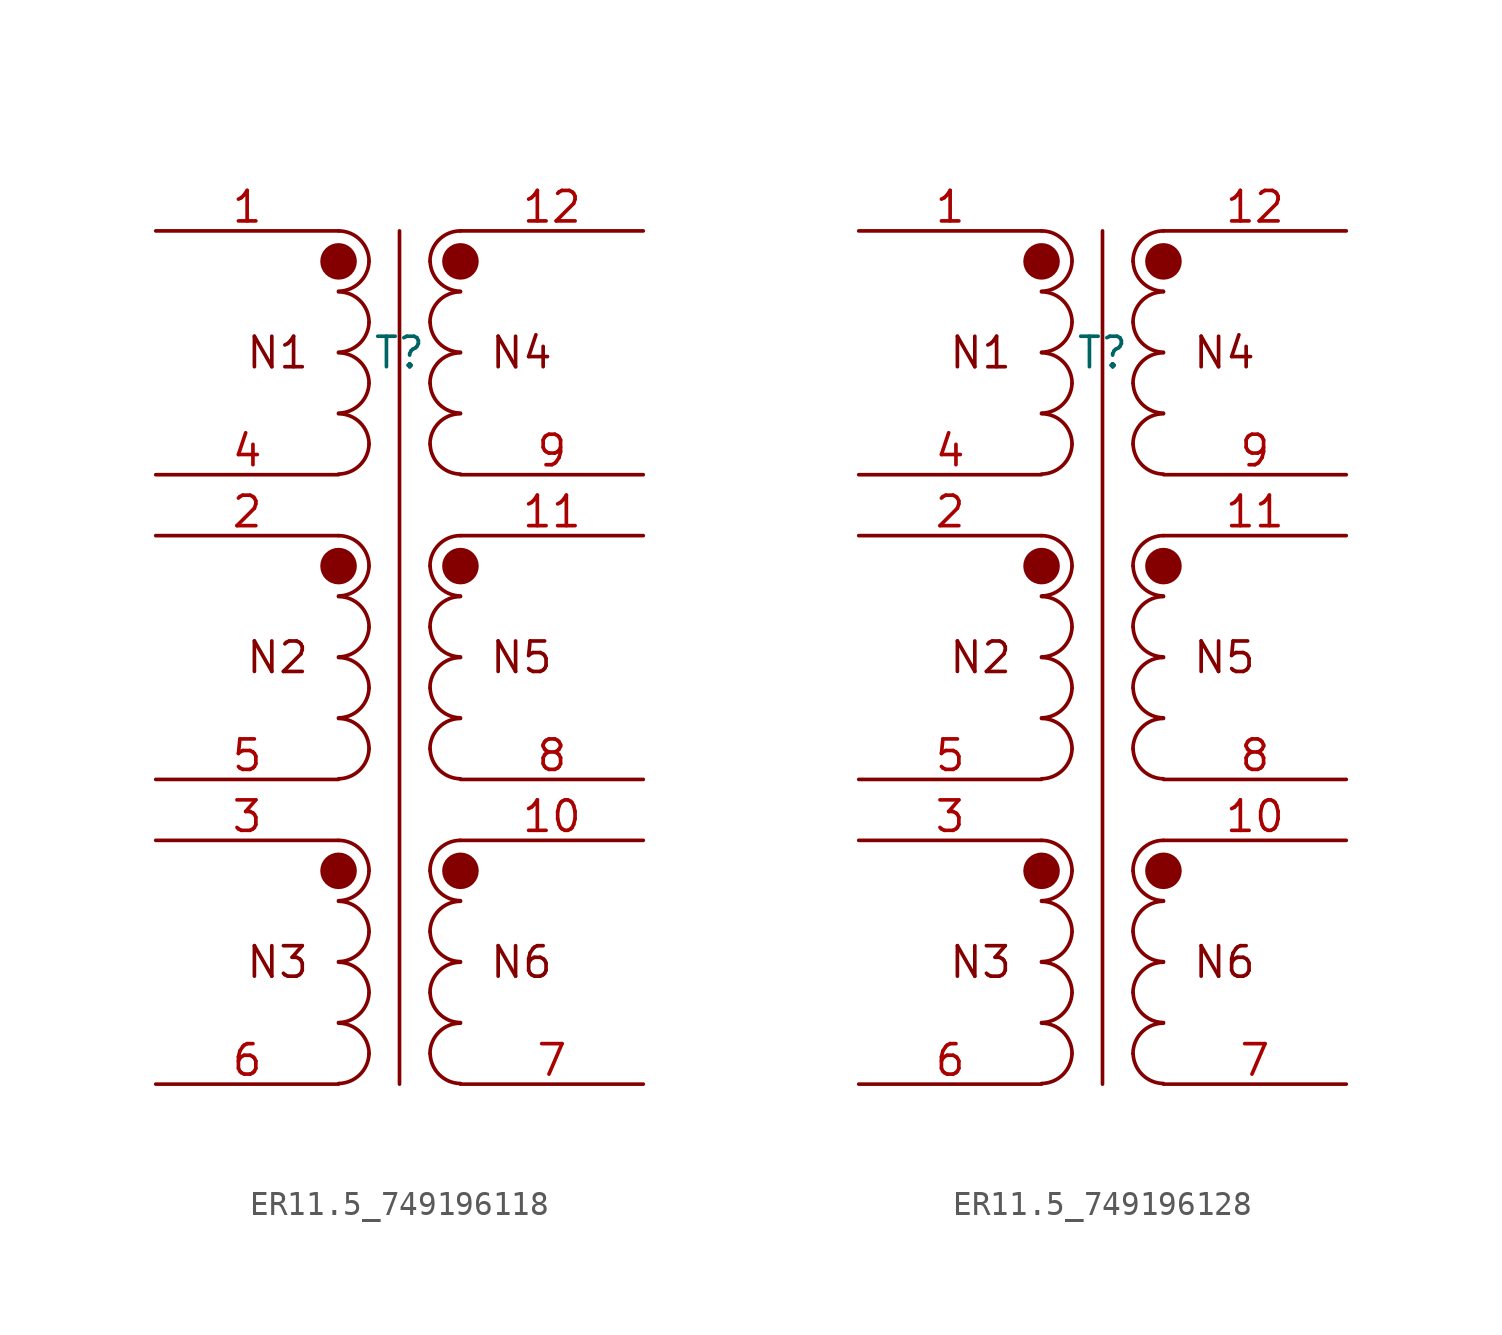
<source format=kicad_sym>
(kicad_symbol_lib
  (version 20220914)
  (generator kicad_symbol_editor)
  (symbol "ER11.5_749196118"
    (pin_names hide)
    (property "Reference" "T"
      (at 0 12.7 0)
      (effects (font (size 1.27 1.27))))
    (property "Critical Parameter" ""
      (at 0 -5.08 0)
      (effects (font (size 1.27 1.27)) (justify left)))
    (symbol "ER11.5_749196118_0_1"
      (arc (start -2.54 -17.7546) (mid -1.6561 -17.3863) (end -1.27 -16.51) (stroke (width 0) (type default)) (fill (type none)))
      (arc (start -2.54 -15.2146) (mid -1.6561 -14.8463) (end -1.27 -13.97) (stroke (width 0) (type default)) (fill (type none)))
      (arc (start -2.54 -12.6746) (mid -1.6561 -12.3063) (end -1.27 -11.43) (stroke (width 0) (type default)) (fill (type none)))
      (arc (start -2.54 -10.1346) (mid -1.6561 -9.7663) (end -1.27 -8.89) (stroke (width 0) (type default)) (fill (type none)))
      (arc (start -2.54 -5.0546) (mid -1.6561 -4.6863) (end -1.27 -3.81) (stroke (width 0) (type default)) (fill (type none)))
      (arc (start -2.54 -2.5146) (mid -1.6561 -2.1463) (end -1.27 -1.27) (stroke (width 0) (type default)) (fill (type none)))
      (arc (start -2.54 0.0254) (mid -1.6561 0.3937) (end -1.27 1.27) (stroke (width 0) (type default)) (fill (type none)))
      (arc (start -2.54 2.5654) (mid -1.6561 2.9337) (end -1.27 3.81) (stroke (width 0) (type default)) (fill (type none)))
      (arc (start -2.54 7.6454) (mid -1.6561 8.0137) (end -1.27 8.89) (stroke (width 0) (type default)) (fill (type none)))
      (arc (start -2.54 10.1854) (mid -1.6561 10.5537) (end -1.27 11.43) (stroke (width 0) (type default)) (fill (type none)))
      (arc (start -2.54 12.7254) (mid -1.6561 13.0937) (end -1.27 13.97) (stroke (width 0) (type default)) (fill (type none)))
      (arc (start -2.54 15.2654) (mid -1.6561 15.6337) (end -1.27 16.51) (stroke (width 0) (type default)) (fill (type none)))
      (arc (start -1.27 -16.51) (mid -1.642 -15.612) (end -2.54 -15.24) (stroke (width 0) (type default)) (fill (type none)))
      (arc (start -1.27 -13.97) (mid -1.642 -13.072) (end -2.54 -12.7) (stroke (width 0) (type default)) (fill (type none)))
      (arc (start -1.27 -11.43) (mid -1.642 -10.532) (end -2.54 -10.16) (stroke (width 0) (type default)) (fill (type none)))
      (arc (start -1.27 -8.89) (mid -1.642 -7.992) (end -2.54 -7.62) (stroke (width 0) (type default)) (fill (type none)))
      (arc (start -1.27 -3.81) (mid -1.642 -2.912) (end -2.54 -2.54) (stroke (width 0) (type default)) (fill (type none)))
      (arc (start -1.27 -1.27) (mid -1.642 -0.372) (end -2.54 0) (stroke (width 0) (type default)) (fill (type none)))
      (arc (start -1.27 1.27) (mid -1.642 2.168) (end -2.54 2.54) (stroke (width 0) (type default)) (fill (type none)))
      (arc (start -1.27 3.81) (mid -1.642 4.708) (end -2.54 5.08) (stroke (width 0) (type default)) (fill (type none)))
      (arc (start -1.27 8.89) (mid -1.642 9.788) (end -2.54 10.16) (stroke (width 0) (type default)) (fill (type none)))
      (arc (start -1.27 11.43) (mid -1.642 12.328) (end -2.54 12.7) (stroke (width 0) (type default)) (fill (type none)))
      (arc (start -1.27 13.97) (mid -1.642 14.868) (end -2.54 15.24) (stroke (width 0) (type default)) (fill (type none)))
      (arc (start -1.27 16.51) (mid -1.642 17.408) (end -2.54 17.78) (stroke (width 0) (type default)) (fill (type none)))
      (polyline (pts (xy 0 -17.78) (xy 0 17.78)) (stroke (width 0) (type default)) (fill (type none)))
      (arc (start 1.27 -16.51) (mid 1.6561 -17.3863) (end 2.54 -17.7546) (stroke (width 0) (type default)) (fill (type none)))
      (arc (start 1.27 -13.97) (mid 1.6561 -14.8463) (end 2.54 -15.2146) (stroke (width 0) (type default)) (fill (type none)))
      (arc (start 1.27 -11.43) (mid 1.6561 -12.3063) (end 2.54 -12.6746) (stroke (width 0) (type default)) (fill (type none)))
      (arc (start 1.27 -8.89) (mid 1.6561 -9.7663) (end 2.54 -10.1346) (stroke (width 0) (type default)) (fill (type none)))
      (arc (start 1.27 -3.81) (mid 1.6561 -4.6863) (end 2.54 -5.0546) (stroke (width 0) (type default)) (fill (type none)))
      (arc (start 1.27 -1.27) (mid 1.6561 -2.1463) (end 2.54 -2.5146) (stroke (width 0) (type default)) (fill (type none)))
      (arc (start 1.27 1.27) (mid 1.6561 0.3937) (end 2.54 0.0254) (stroke (width 0) (type default)) (fill (type none)))
      (arc (start 1.27 3.81) (mid 1.6561 2.9337) (end 2.54 2.5654) (stroke (width 0) (type default)) (fill (type none)))
      (arc (start 1.27 8.89) (mid 1.6561 8.0137) (end 2.54 7.6454) (stroke (width 0) (type default)) (fill (type none)))
      (arc (start 1.27 11.43) (mid 1.6561 10.5537) (end 2.54 10.1854) (stroke (width 0) (type default)) (fill (type none)))
      (arc (start 1.27 13.97) (mid 1.6561 13.0937) (end 2.54 12.7254) (stroke (width 0) (type default)) (fill (type none)))
      (arc (start 1.27 16.51) (mid 1.6561 15.6337) (end 2.54 15.2654) (stroke (width 0) (type default)) (fill (type none)))
      (arc (start 2.54 -15.24) (mid 1.642 -15.612) (end 1.27 -16.51) (stroke (width 0) (type default)) (fill (type none)))
      (arc (start 2.54 -12.7) (mid 1.642 -13.072) (end 1.27 -13.97) (stroke (width 0) (type default)) (fill (type none)))
      (arc (start 2.54 -10.16) (mid 1.642 -10.532) (end 1.27 -11.43) (stroke (width 0) (type default)) (fill (type none)))
      (arc (start 2.54 -7.62) (mid 1.642 -7.992) (end 1.27 -8.89) (stroke (width 0) (type default)) (fill (type none)))
      (arc (start 2.54 -2.54) (mid 1.642 -2.912) (end 1.27 -3.81) (stroke (width 0) (type default)) (fill (type none)))
      (arc (start 2.54 0) (mid 1.642 -0.372) (end 1.27 -1.27) (stroke (width 0) (type default)) (fill (type none)))
      (arc (start 2.54 2.54) (mid 1.642 2.168) (end 1.27 1.27) (stroke (width 0) (type default)) (fill (type none)))
      (arc (start 2.54 5.08) (mid 1.642 4.708) (end 1.27 3.81) (stroke (width 0) (type default)) (fill (type none)))
      (arc (start 2.54 10.16) (mid 1.642 9.788) (end 1.27 8.89) (stroke (width 0) (type default)) (fill (type none)))
      (arc (start 2.54 12.7) (mid 1.642 12.328) (end 1.27 11.43) (stroke (width 0) (type default)) (fill (type none)))
      (arc (start 2.54 15.24) (mid 1.642 14.868) (end 1.27 13.97) (stroke (width 0) (type default)) (fill (type none)))
      (arc (start 2.54 17.78) (mid 1.642 17.408) (end 1.27 16.51) (stroke (width 0) (type default)) (fill (type none))))
    (symbol "ER11.5_749196118_1_1"
      (circle (center -2.54 -8.89) (radius 0.0001) (stroke (width 0.762) (type default)) (fill (type none)))
      (circle (center -2.54 3.81) (radius 0.0001) (stroke (width 0.762) (type default)) (fill (type none)))
      (circle (center -2.54 16.51) (radius 0.0001) (stroke (width 0.762) (type default)) (fill (type none)))
      (circle (center 2.54 -8.89) (radius 0.0001) (stroke (width 0.762) (type default)) (fill (type none)))
      (circle (center 2.54 3.81) (radius 0.0001) (stroke (width 0.762) (type default)) (fill (type none)))
      (circle (center 2.54 16.51) (radius 0.0001) (stroke (width 0.762) (type default)) (fill (type none)))
      (text "N1" (at -5.08 12.7 0) (effects (font (size 1.27 1.27))))
      (text "N2" (at -5.08 0 0) (effects (font (size 1.27 1.27))))
      (text "N3" (at -5.08 -12.7 0) (effects (font (size 1.27 1.27))))
      (text "N4" (at 5.08 12.7 0) (effects (font (size 1.27 1.27))))
      (text "N5" (at 5.08 0 0) (effects (font (size 1.27 1.27))))
      (text "N6" (at 5.08 -12.7 0) (effects (font (size 1.27 1.27))))
      (pin passive line (at -10.16 17.78 0) (length 7.62) (name "1" (effects (font (size 1.27 1.27)))) (number "1" (effects (font (size 1.27 1.27)))))
      (pin passive line (at -10.16 7.62 0) (length 7.62) (name "4" (effects (font (size 1.27 1.27)))) (number "4" (effects (font (size 1.27 1.27)))))
      (pin passive line (at -10.16 5.08 0) (length 7.62) (name "2" (effects (font (size 1.27 1.27)))) (number "2" (effects (font (size 1.27 1.27)))))
      (pin passive line (at -10.16 -5.08 0) (length 7.62) (name "5" (effects (font (size 1.27 1.27)))) (number "5" (effects (font (size 1.27 1.27)))))
      (pin passive line (at -10.16 -7.62 0) (length 7.62) (name "3" (effects (font (size 1.27 1.27)))) (number "3" (effects (font (size 1.27 1.27)))))
      (pin passive line (at -10.16 -17.78 0) (length 7.62) (name "6" (effects (font (size 1.27 1.27)))) (number "6" (effects (font (size 1.27 1.27)))))
      (pin passive line (at 10.16 -17.78 180) (length 7.62) (name "7" (effects (font (size 1.27 1.27)))) (number "7" (effects (font (size 1.27 1.27)))))
      (pin passive line (at 10.16 -7.62 180) (length 7.62) (name "10" (effects (font (size 1.27 1.27)))) (number "10" (effects (font (size 1.27 1.27)))))
      (pin passive line (at 10.16 -5.08 180) (length 7.62) (name "8" (effects (font (size 1.27 1.27)))) (number "8" (effects (font (size 1.27 1.27)))))
      (pin passive line (at 10.16 5.08 180) (length 7.62) (name "11" (effects (font (size 1.27 1.27)))) (number "11" (effects (font (size 1.27 1.27)))))
      (pin passive line (at 10.16 7.62 180) (length 7.62) (name "9" (effects (font (size 1.27 1.27)))) (number "9" (effects (font (size 1.27 1.27)))))
      (pin passive line (at 10.16 17.78 180) (length 7.62) (name "12" (effects (font (size 1.27 1.27)))) (number "12" (effects (font (size 1.27 1.27)))))))
  (symbol "ER11.5_749196128"
    (pin_names hide)
    (property "Reference" "T"
      (at 0 12.7 0)
      (effects (font (size 1.27 1.27))))
    (property "Critical Parameter" ""
      (at 0 -5.08 0)
      (effects (font (size 1.27 1.27)) (justify left)))
    (symbol "ER11.5_749196128_0_1"
      (arc (start -2.54 -17.7546) (mid -1.6561 -17.3863) (end -1.27 -16.51) (stroke (width 0) (type default)) (fill (type none)))
      (arc (start -2.54 -15.2146) (mid -1.6561 -14.8463) (end -1.27 -13.97) (stroke (width 0) (type default)) (fill (type none)))
      (arc (start -2.54 -12.6746) (mid -1.6561 -12.3063) (end -1.27 -11.43) (stroke (width 0) (type default)) (fill (type none)))
      (arc (start -2.54 -10.1346) (mid -1.6561 -9.7663) (end -1.27 -8.89) (stroke (width 0) (type default)) (fill (type none)))
      (arc (start -2.54 -5.0546) (mid -1.6561 -4.6863) (end -1.27 -3.81) (stroke (width 0) (type default)) (fill (type none)))
      (arc (start -2.54 -2.5146) (mid -1.6561 -2.1463) (end -1.27 -1.27) (stroke (width 0) (type default)) (fill (type none)))
      (arc (start -2.54 0.0254) (mid -1.6561 0.3937) (end -1.27 1.27) (stroke (width 0) (type default)) (fill (type none)))
      (arc (start -2.54 2.5654) (mid -1.6561 2.9337) (end -1.27 3.81) (stroke (width 0) (type default)) (fill (type none)))
      (arc (start -2.54 7.6454) (mid -1.6561 8.0137) (end -1.27 8.89) (stroke (width 0) (type default)) (fill (type none)))
      (arc (start -2.54 10.1854) (mid -1.6561 10.5537) (end -1.27 11.43) (stroke (width 0) (type default)) (fill (type none)))
      (arc (start -2.54 12.7254) (mid -1.6561 13.0937) (end -1.27 13.97) (stroke (width 0) (type default)) (fill (type none)))
      (arc (start -2.54 15.2654) (mid -1.6561 15.6337) (end -1.27 16.51) (stroke (width 0) (type default)) (fill (type none)))
      (arc (start -1.27 -16.51) (mid -1.642 -15.612) (end -2.54 -15.24) (stroke (width 0) (type default)) (fill (type none)))
      (arc (start -1.27 -13.97) (mid -1.642 -13.072) (end -2.54 -12.7) (stroke (width 0) (type default)) (fill (type none)))
      (arc (start -1.27 -11.43) (mid -1.642 -10.532) (end -2.54 -10.16) (stroke (width 0) (type default)) (fill (type none)))
      (arc (start -1.27 -8.89) (mid -1.642 -7.992) (end -2.54 -7.62) (stroke (width 0) (type default)) (fill (type none)))
      (arc (start -1.27 -3.81) (mid -1.642 -2.912) (end -2.54 -2.54) (stroke (width 0) (type default)) (fill (type none)))
      (arc (start -1.27 -1.27) (mid -1.642 -0.372) (end -2.54 0) (stroke (width 0) (type default)) (fill (type none)))
      (arc (start -1.27 1.27) (mid -1.642 2.168) (end -2.54 2.54) (stroke (width 0) (type default)) (fill (type none)))
      (arc (start -1.27 3.81) (mid -1.642 4.708) (end -2.54 5.08) (stroke (width 0) (type default)) (fill (type none)))
      (arc (start -1.27 8.89) (mid -1.642 9.788) (end -2.54 10.16) (stroke (width 0) (type default)) (fill (type none)))
      (arc (start -1.27 11.43) (mid -1.642 12.328) (end -2.54 12.7) (stroke (width 0) (type default)) (fill (type none)))
      (arc (start -1.27 13.97) (mid -1.642 14.868) (end -2.54 15.24) (stroke (width 0) (type default)) (fill (type none)))
      (arc (start -1.27 16.51) (mid -1.642 17.408) (end -2.54 17.78) (stroke (width 0) (type default)) (fill (type none)))
      (polyline (pts (xy 0 -17.78) (xy 0 17.78)) (stroke (width 0) (type default)) (fill (type none)))
      (arc (start 1.27 -16.51) (mid 1.6561 -17.3863) (end 2.54 -17.7546) (stroke (width 0) (type default)) (fill (type none)))
      (arc (start 1.27 -13.97) (mid 1.6561 -14.8463) (end 2.54 -15.2146) (stroke (width 0) (type default)) (fill (type none)))
      (arc (start 1.27 -11.43) (mid 1.6561 -12.3063) (end 2.54 -12.6746) (stroke (width 0) (type default)) (fill (type none)))
      (arc (start 1.27 -8.89) (mid 1.6561 -9.7663) (end 2.54 -10.1346) (stroke (width 0) (type default)) (fill (type none)))
      (arc (start 1.27 -3.81) (mid 1.6561 -4.6863) (end 2.54 -5.0546) (stroke (width 0) (type default)) (fill (type none)))
      (arc (start 1.27 -1.27) (mid 1.6561 -2.1463) (end 2.54 -2.5146) (stroke (width 0) (type default)) (fill (type none)))
      (arc (start 1.27 1.27) (mid 1.6561 0.3937) (end 2.54 0.0254) (stroke (width 0) (type default)) (fill (type none)))
      (arc (start 1.27 3.81) (mid 1.6561 2.9337) (end 2.54 2.5654) (stroke (width 0) (type default)) (fill (type none)))
      (arc (start 1.27 8.89) (mid 1.6561 8.0137) (end 2.54 7.6454) (stroke (width 0) (type default)) (fill (type none)))
      (arc (start 1.27 11.43) (mid 1.6561 10.5537) (end 2.54 10.1854) (stroke (width 0) (type default)) (fill (type none)))
      (arc (start 1.27 13.97) (mid 1.6561 13.0937) (end 2.54 12.7254) (stroke (width 0) (type default)) (fill (type none)))
      (arc (start 1.27 16.51) (mid 1.6561 15.6337) (end 2.54 15.2654) (stroke (width 0) (type default)) (fill (type none)))
      (arc (start 2.54 -15.24) (mid 1.642 -15.612) (end 1.27 -16.51) (stroke (width 0) (type default)) (fill (type none)))
      (arc (start 2.54 -12.7) (mid 1.642 -13.072) (end 1.27 -13.97) (stroke (width 0) (type default)) (fill (type none)))
      (arc (start 2.54 -10.16) (mid 1.642 -10.532) (end 1.27 -11.43) (stroke (width 0) (type default)) (fill (type none)))
      (arc (start 2.54 -7.62) (mid 1.642 -7.992) (end 1.27 -8.89) (stroke (width 0) (type default)) (fill (type none)))
      (arc (start 2.54 -2.54) (mid 1.642 -2.912) (end 1.27 -3.81) (stroke (width 0) (type default)) (fill (type none)))
      (arc (start 2.54 0) (mid 1.642 -0.372) (end 1.27 -1.27) (stroke (width 0) (type default)) (fill (type none)))
      (arc (start 2.54 2.54) (mid 1.642 2.168) (end 1.27 1.27) (stroke (width 0) (type default)) (fill (type none)))
      (arc (start 2.54 5.08) (mid 1.642 4.708) (end 1.27 3.81) (stroke (width 0) (type default)) (fill (type none)))
      (arc (start 2.54 10.16) (mid 1.642 9.788) (end 1.27 8.89) (stroke (width 0) (type default)) (fill (type none)))
      (arc (start 2.54 12.7) (mid 1.642 12.328) (end 1.27 11.43) (stroke (width 0) (type default)) (fill (type none)))
      (arc (start 2.54 15.24) (mid 1.642 14.868) (end 1.27 13.97) (stroke (width 0) (type default)) (fill (type none)))
      (arc (start 2.54 17.78) (mid 1.642 17.408) (end 1.27 16.51) (stroke (width 0) (type default)) (fill (type none))))
    (symbol "ER11.5_749196128_1_1"
      (circle (center -2.54 -8.89) (radius 0.0001) (stroke (width 0.762) (type default)) (fill (type none)))
      (circle (center -2.54 3.81) (radius 0.0001) (stroke (width 0.762) (type default)) (fill (type none)))
      (circle (center -2.54 16.51) (radius 0.0001) (stroke (width 0.762) (type default)) (fill (type none)))
      (circle (center 2.54 -8.89) (radius 0.0001) (stroke (width 0.762) (type default)) (fill (type none)))
      (circle (center 2.54 3.81) (radius 0.0001) (stroke (width 0.762) (type default)) (fill (type none)))
      (circle (center 2.54 16.51) (radius 0.0001) (stroke (width 0.762) (type default)) (fill (type none)))
      (text "N1" (at -5.08 12.7 0) (effects (font (size 1.27 1.27))))
      (text "N2" (at -5.08 0 0) (effects (font (size 1.27 1.27))))
      (text "N3" (at -5.08 -12.7 0) (effects (font (size 1.27 1.27))))
      (text "N4" (at 5.08 12.7 0) (effects (font (size 1.27 1.27))))
      (text "N5" (at 5.08 0 0) (effects (font (size 1.27 1.27))))
      (text "N6" (at 5.08 -12.7 0) (effects (font (size 1.27 1.27))))
      (pin passive line (at -10.16 17.78 0) (length 7.62) (name "1" (effects (font (size 1.27 1.27)))) (number "1" (effects (font (size 1.27 1.27)))))
      (pin passive line (at -10.16 7.62 0) (length 7.62) (name "4" (effects (font (size 1.27 1.27)))) (number "4" (effects (font (size 1.27 1.27)))))
      (pin passive line (at -10.16 5.08 0) (length 7.62) (name "2" (effects (font (size 1.27 1.27)))) (number "2" (effects (font (size 1.27 1.27)))))
      (pin passive line (at -10.16 -5.08 0) (length 7.62) (name "5" (effects (font (size 1.27 1.27)))) (number "5" (effects (font (size 1.27 1.27)))))
      (pin passive line (at -10.16 -7.62 0) (length 7.62) (name "3" (effects (font (size 1.27 1.27)))) (number "3" (effects (font (size 1.27 1.27)))))
      (pin passive line (at -10.16 -17.78 0) (length 7.62) (name "6" (effects (font (size 1.27 1.27)))) (number "6" (effects (font (size 1.27 1.27)))))
      (pin passive line (at 10.16 -17.78 180) (length 7.62) (name "7" (effects (font (size 1.27 1.27)))) (number "7" (effects (font (size 1.27 1.27)))))
      (pin passive line (at 10.16 -7.62 180) (length 7.62) (name "10" (effects (font (size 1.27 1.27)))) (number "10" (effects (font (size 1.27 1.27)))))
      (pin passive line (at 10.16 -5.08 180) (length 7.62) (name "8" (effects (font (size 1.27 1.27)))) (number "8" (effects (font (size 1.27 1.27)))))
      (pin passive line (at 10.16 5.08 180) (length 7.62) (name "11" (effects (font (size 1.27 1.27)))) (number "11" (effects (font (size 1.27 1.27)))))
      (pin passive line (at 10.16 7.62 180) (length 7.62) (name "9" (effects (font (size 1.27 1.27)))) (number "9" (effects (font (size 1.27 1.27)))))
      (pin passive line (at 10.16 17.78 180) (length 7.62) (name "12" (effects (font (size 1.27 1.27)))) (number "12" (effects (font (size 1.27 1.27))))))))
</source>
